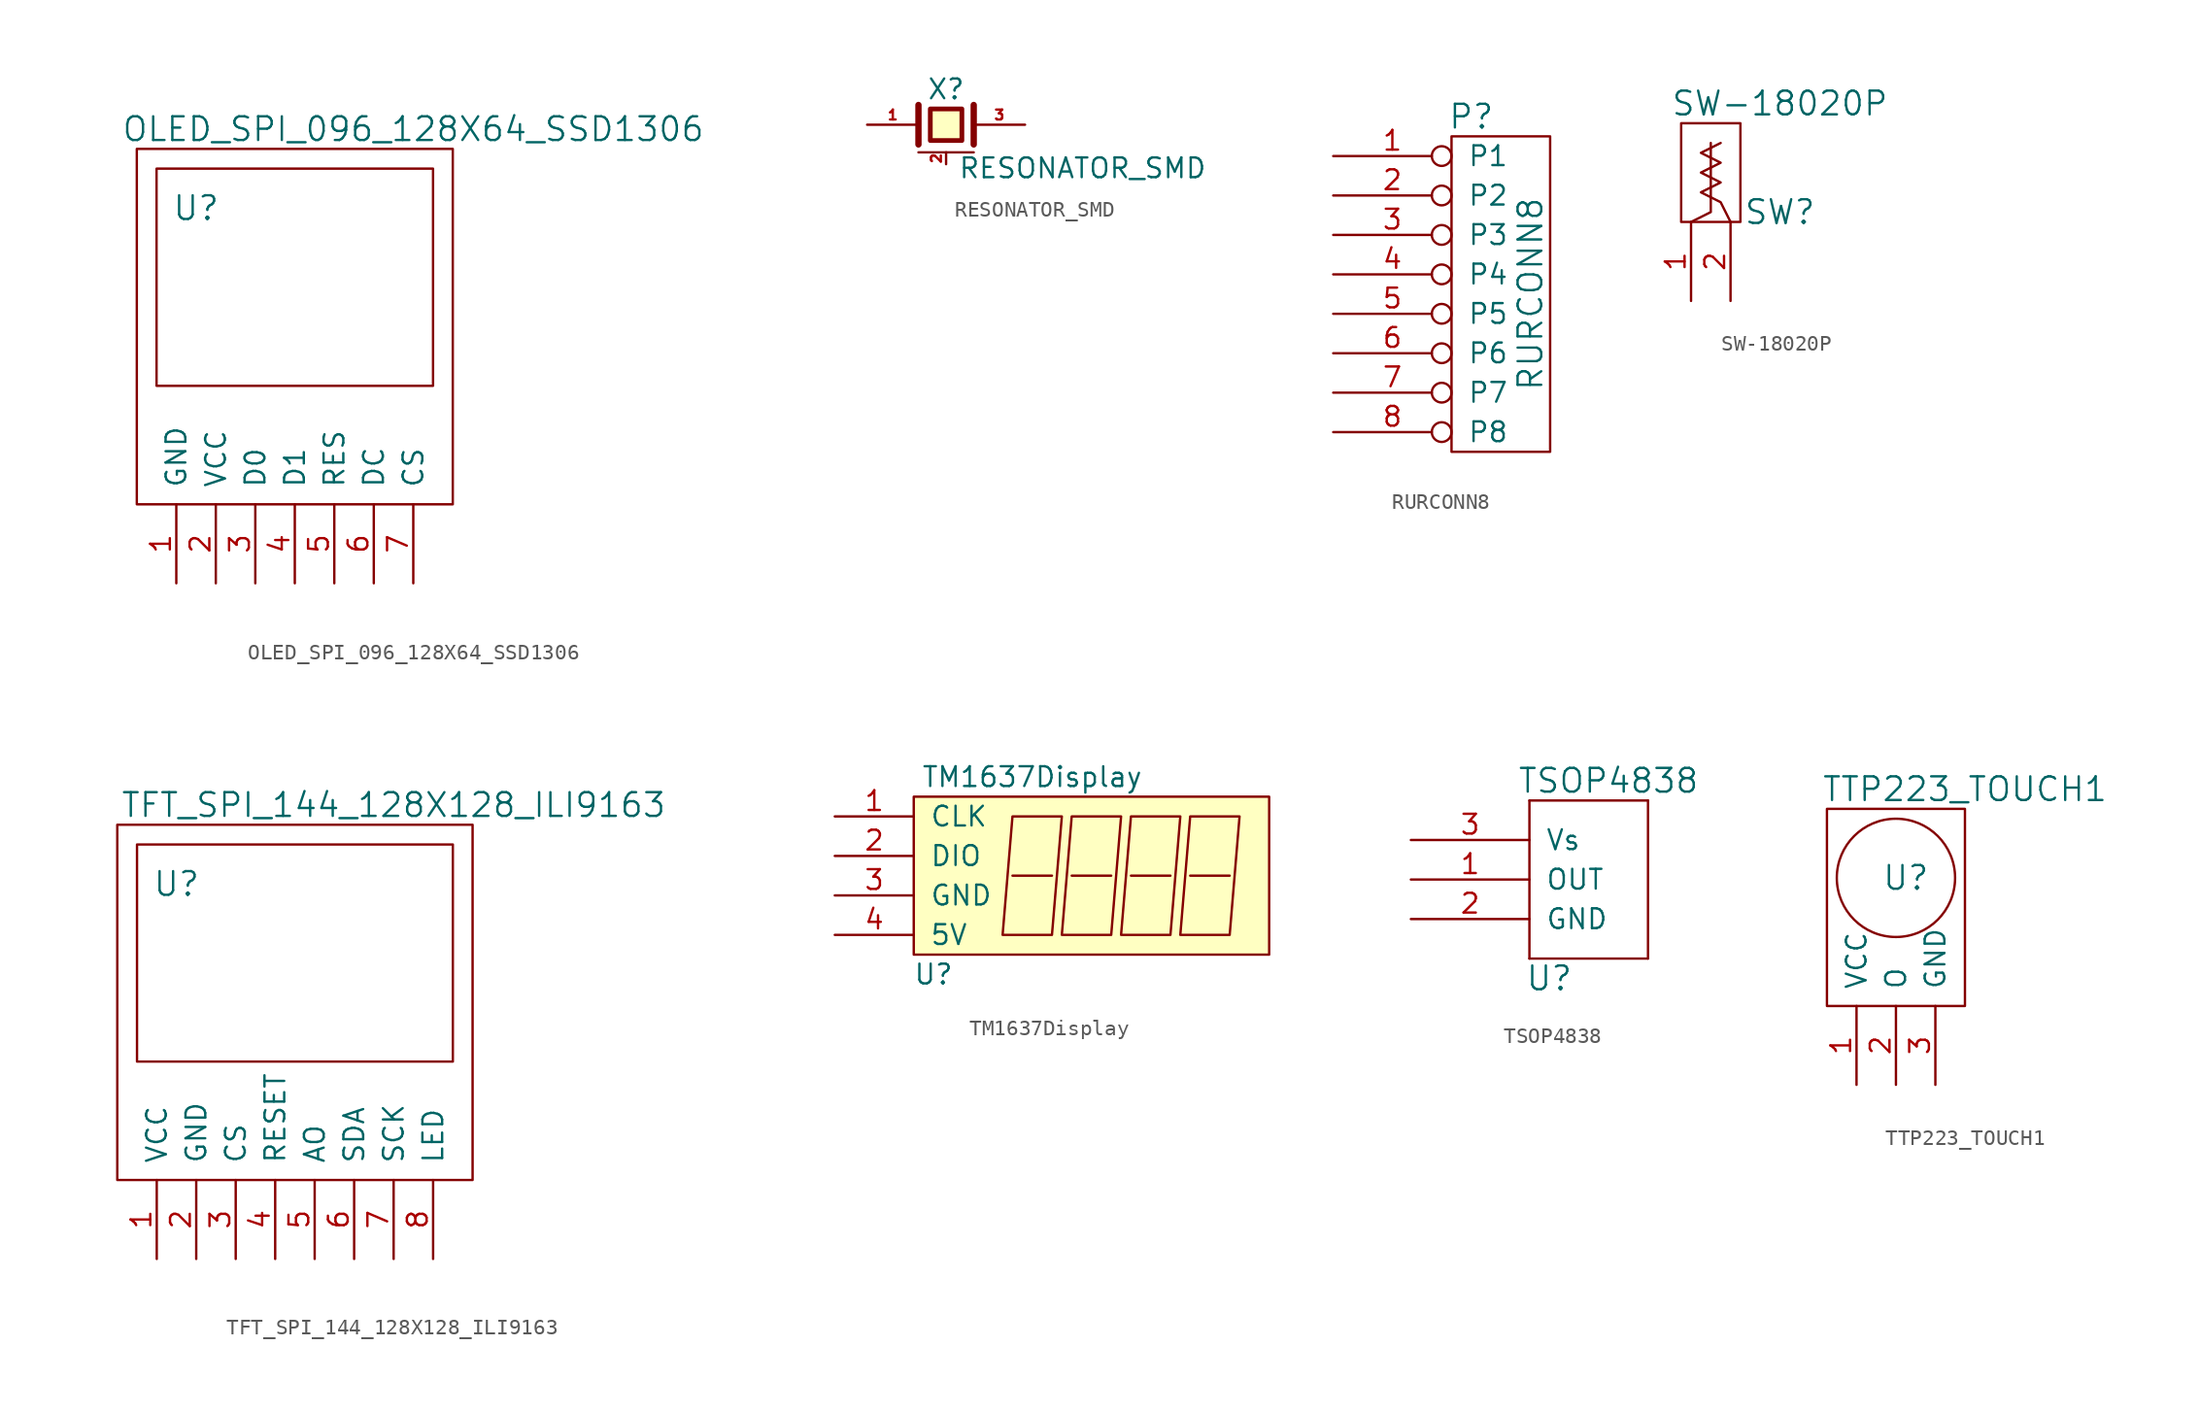
<source format=kicad_sym>
(kicad_symbol_lib
  (version 20231120)
  (generator "kicad_symbol_editor")
  (generator_version "8.0")
  (symbol "OLED_SPI_096_128X64_SSD1306"
    (pin_names
      (offset 1.016))
    (property "Reference" "U"
      (at -7.62 10.16 0)
      (effects (font (size 1.524 1.524))))
    (property "Value" "OLED_SPI_096_128X64_SSD1306"
      (at 6.35 15.24 0)
      (effects (font (size 1.524 1.524))))
    (property "Footprint" ""
      (at 0 0 0)
      (effects (font (size 1.524 1.524))))
    (property "Datasheet" ""
      (at 0 0 0)
      (effects (font (size 1.524 1.524))))
    (symbol "OLED_SPI_096_128X64_SSD1306_0_1"
      (rectangle (start -11.43 -8.89) (end 8.89 13.97) (stroke (width 0) (type solid)) (fill (type none)))
      (rectangle (start -10.16 12.7) (end 7.62 -1.27) (stroke (width 0) (type solid)) (fill (type none))))
    (symbol "OLED_SPI_096_128X64_SSD1306_1_1"
      (pin input line (at -8.89 -13.97 90) (length 5.08) (name "GND" (effects (font (size 1.27 1.27)))) (number "1" (effects (font (size 1.27 1.27)))))
      (pin input line (at -6.35 -13.97 90) (length 5.08) (name "VCC" (effects (font (size 1.27 1.27)))) (number "2" (effects (font (size 1.27 1.27)))))
      (pin input line (at -3.81 -13.97 90) (length 5.08) (name "D0" (effects (font (size 1.27 1.27)))) (number "3" (effects (font (size 1.27 1.27)))))
      (pin input line (at -1.27 -13.97 90) (length 5.08) (name "D1" (effects (font (size 1.27 1.27)))) (number "4" (effects (font (size 1.27 1.27)))))
      (pin input line (at 1.27 -13.97 90) (length 5.08) (name "RES" (effects (font (size 1.27 1.27)))) (number "5" (effects (font (size 1.27 1.27)))))
      (pin input line (at 3.81 -13.97 90) (length 5.08) (name "DC" (effects (font (size 1.27 1.27)))) (number "6" (effects (font (size 1.27 1.27)))))
      (pin input line (at 6.35 -13.97 90) (length 5.08) (name "CS" (effects (font (size 1.27 1.27)))) (number "7" (effects (font (size 1.27 1.27)))))))
  (symbol "RESONATOR_SMD"
    (pin_names
      (offset 1.016) hide)
    (property "Reference" "X"
      (at 0 2.286 0)
      (effects (font (size 1.27 1.27))))
    (property "Value" "RESONATOR_SMD"
      (at 0.762 -2.794 0)
      (effects (font (size 1.27 1.27)) (justify left)))
    (property "Footprint" ""
      (at 0 0 0)
      (effects (font (size 1.27 1.27))))
    (property "Datasheet" ""
      (at 0 0 0)
      (effects (font (size 1.27 1.27))))
    (symbol "RESONATOR_SMD_0_1"
      (polyline (pts (xy -1.778 -1.778) (xy 1.778 -1.778)) (stroke (width 0) (type solid)) (fill (type none)))
      (polyline (pts (xy -1.778 1.27) (xy -1.778 -1.27)) (stroke (width 0.406) (type solid)) (fill (type none)))
      (polyline (pts (xy 1.778 1.27) (xy 1.778 -1.27)) (stroke (width 0.406) (type solid)) (fill (type none)))
      (polyline (pts (xy -1.016 1.016) (xy 1.016 1.016) (xy 1.016 -1.016) (xy -1.016 -1.016) (xy -1.016 1.016)) (stroke (width 0.305) (type solid)) (fill (type background))))
    (symbol "RESONATOR_SMD_1_1"
      (pin passive line (at -5.08 0 0) (length 3.302) (name "1" (effects (font (size 0.508 0.508)))) (number "1" (effects (font (size 0.635 0.635)))))
      (pin passive line (at 0 -2.54 90) (length 0.762) (name "case" (effects (font (size 0.508 0.508)))) (number "2" (effects (font (size 0.635 0.635)))))
      (pin passive line (at 5.08 0 180) (length 3.302) (name "3" (effects (font (size 0.508 0.508)))) (number "3" (effects (font (size 0.635 0.635)))))))
  (symbol "RURCONN8"
    (pin_names
      (offset 1.016))
    (property "Reference" "P"
      (at -5.08 11.43 0)
      (effects (font (size 1.524 1.524))))
    (property "Value" "RURCONN8"
      (at -1.27 0 90)
      (effects (font (size 1.524 1.524))))
    (property "Footprint" ""
      (at 0 0 0)
      (effects (font (size 1.524 1.524))))
    (property "Datasheet" ""
      (at 0 0 0)
      (effects (font (size 1.524 1.524))))
    (symbol "RURCONN8_0_1"
      (rectangle (start 0 10.16) (end -6.35 -10.16) (stroke (width 0) (type solid)) (fill (type none))))
    (symbol "RURCONN8_1_1"
      (pin passive inverted (at -13.97 8.89 0) (length 7.62) (name "P1" (effects (font (size 1.27 1.27)))) (number "1" (effects (font (size 1.27 1.27)))))
      (pin passive inverted (at -13.97 6.35 0) (length 7.62) (name "P2" (effects (font (size 1.27 1.27)))) (number "2" (effects (font (size 1.27 1.27)))))
      (pin passive inverted (at -13.97 3.81 0) (length 7.62) (name "P3" (effects (font (size 1.27 1.27)))) (number "3" (effects (font (size 1.27 1.27)))))
      (pin passive inverted (at -13.97 1.27 0) (length 7.62) (name "P4" (effects (font (size 1.27 1.27)))) (number "4" (effects (font (size 1.27 1.27)))))
      (pin passive inverted (at -13.97 -1.27 0) (length 7.62) (name "P5" (effects (font (size 1.27 1.27)))) (number "5" (effects (font (size 1.27 1.27)))))
      (pin passive inverted (at -13.97 -3.81 0) (length 7.62) (name "P6" (effects (font (size 1.27 1.27)))) (number "6" (effects (font (size 1.27 1.27)))))
      (pin passive inverted (at -13.97 -6.35 0) (length 7.62) (name "P7" (effects (font (size 1.27 1.27)))) (number "7" (effects (font (size 1.27 1.27)))))
      (pin passive inverted (at -13.97 -8.89 0) (length 7.62) (name "P8" (effects (font (size 1.27 1.27)))) (number "8" (effects (font (size 1.27 1.27)))))))
  (symbol "SW-18020P"
    (pin_names
      (offset 1.016))
    (property "Reference" "SW"
      (at 4.445 -1.905 0)
      (effects (font (size 1.524 1.524))))
    (property "Value" "SW-18020P"
      (at 4.445 5.08 0)
      (effects (font (size 1.524 1.524))))
    (property "Footprint" ""
      (at 0 0 0)
      (effects (font (size 1.524 1.524))))
    (property "Datasheet" ""
      (at 0 0 0)
      (effects (font (size 1.524 1.524))))
    (symbol "SW-18020P_0_1"
      (rectangle (start -1.905 -2.54) (end 1.905 3.81) (stroke (width 0) (type solid)) (fill (type none)))
      (polyline (pts (xy -1.27 -2.54) (xy 0 -1.905) (xy 0 2.54)) (stroke (width 0) (type solid)) (fill (type none)))
      (polyline (pts (xy 1.27 -2.54) (xy 0.635 -1.27) (xy -0.635 -0.635) (xy 0.635 0) (xy -0.635 0.635) (xy 0.635 1.27) (xy -0.635 1.905) (xy 0.635 2.54)) (stroke (width 0) (type solid)) (fill (type none))))
    (symbol "SW-18020P_1_1"
      (pin input line (at -1.27 -7.62 90) (length 5.08) (name "~" (effects (font (size 1.27 1.27)))) (number "1" (effects (font (size 1.27 1.27)))))
      (pin input line (at 1.27 -7.62 90) (length 5.08) (name "~" (effects (font (size 1.27 1.27)))) (number "2" (effects (font (size 1.27 1.27)))))))
  (symbol "TFT_SPI_144_128X128_ILI9163"
    (pin_names
      (offset 1.016))
    (property "Reference" "U"
      (at -7.62 10.16 0)
      (effects (font (size 1.524 1.524))))
    (property "Value" "TFT_SPI_144_128X128_ILI9163"
      (at 6.35 15.24 0)
      (effects (font (size 1.524 1.524))))
    (property "Footprint" ""
      (at 0 0 0)
      (effects (font (size 1.524 1.524))))
    (property "Datasheet" ""
      (at 0 0 0)
      (effects (font (size 1.524 1.524))))
    (symbol "TFT_SPI_144_128X128_ILI9163_0_1"
      (rectangle (start -11.43 -8.89) (end 11.43 13.97) (stroke (width 0) (type solid)) (fill (type none)))
      (rectangle (start -10.16 12.7) (end 10.16 -1.27) (stroke (width 0) (type solid)) (fill (type none))))
    (symbol "TFT_SPI_144_128X128_ILI9163_1_1"
      (pin input line (at -8.89 -13.97 90) (length 5.08) (name "VCC" (effects (font (size 1.27 1.27)))) (number "1" (effects (font (size 1.27 1.27)))))
      (pin input line (at -6.35 -13.97 90) (length 5.08) (name "GND" (effects (font (size 1.27 1.27)))) (number "2" (effects (font (size 1.27 1.27)))))
      (pin input line (at -3.81 -13.97 90) (length 5.08) (name "CS" (effects (font (size 1.27 1.27)))) (number "3" (effects (font (size 1.27 1.27)))))
      (pin input line (at -1.27 -13.97 90) (length 5.08) (name "RESET" (effects (font (size 1.27 1.27)))) (number "4" (effects (font (size 1.27 1.27)))))
      (pin input line (at 1.27 -13.97 90) (length 5.08) (name "AO" (effects (font (size 1.27 1.27)))) (number "5" (effects (font (size 1.27 1.27)))))
      (pin input line (at 3.81 -13.97 90) (length 5.08) (name "SDA" (effects (font (size 1.27 1.27)))) (number "6" (effects (font (size 1.27 1.27)))))
      (pin input line (at 6.35 -13.97 90) (length 5.08) (name "SCK" (effects (font (size 1.27 1.27)))) (number "7" (effects (font (size 1.27 1.27)))))
      (pin input line (at 8.89 -13.97 90) (length 5.08) (name "LED" (effects (font (size 1.27 1.27)))) (number "8" (effects (font (size 1.27 1.27)))))))
  (symbol "TM1637Display"
    (pin_names
      (offset 1.016))
    (property "Reference" "U"
      (at -7.62 -6.35 0)
      (effects (font (size 1.27 1.27))))
    (property "Value" "TM1637Display"
      (at -1.27 6.35 0)
      (effects (font (size 1.27 1.27))))
    (symbol "TM1637Display_0_1"
      (rectangle (start -8.89 5.08) (end 13.97 -5.08) (stroke (width 0) (type solid)) (fill (type background)))
      (polyline (pts (xy -2.54 0) (xy 0 0)) (stroke (width 0) (type solid)) (fill (type none)))
      (polyline (pts (xy 1.27 0) (xy 3.81 0)) (stroke (width 0) (type solid)) (fill (type none)))
      (polyline (pts (xy 5.08 0) (xy 7.62 0)) (stroke (width 0) (type solid)) (fill (type none)))
      (polyline (pts (xy 8.89 0) (xy 11.43 0)) (stroke (width 0) (type solid)) (fill (type none)))
      (polyline (pts (xy -3.175 -3.81) (xy -2.54 3.81) (xy 0.635 3.81) (xy 0 -3.81) (xy -3.175 -3.81)) (stroke (width 0) (type solid)) (fill (type none)))
      (polyline (pts (xy 0.635 -3.81) (xy 1.27 3.81) (xy 4.445 3.81) (xy 3.81 -3.81) (xy 0.635 -3.81)) (stroke (width 0) (type solid)) (fill (type none)))
      (polyline (pts (xy 4.445 -3.81) (xy 5.08 3.81) (xy 8.255 3.81) (xy 7.62 -3.81) (xy 4.445 -3.81)) (stroke (width 0) (type solid)) (fill (type none)))
      (polyline (pts (xy 8.255 -3.81) (xy 8.89 3.81) (xy 12.065 3.81) (xy 11.43 -3.81) (xy 8.255 -3.81)) (stroke (width 0) (type solid)) (fill (type none))))
    (symbol "TM1637Display_1_1"
      (pin input line (at -13.97 3.81 0) (length 5.08) (name "CLK" (effects (font (size 1.27 1.27)))) (number "1" (effects (font (size 1.27 1.27)))))
      (pin input line (at -13.97 1.27 0) (length 5.08) (name "DIO" (effects (font (size 1.27 1.27)))) (number "2" (effects (font (size 1.27 1.27)))))
      (pin power_in line (at -13.97 -1.27 0) (length 5.08) (name "GND" (effects (font (size 1.27 1.27)))) (number "3" (effects (font (size 1.27 1.27)))))
      (pin power_in line (at -13.97 -3.81 0) (length 5.08) (name "5V" (effects (font (size 1.27 1.27)))) (number "4" (effects (font (size 1.27 1.27)))))))
  (symbol "TSOP4838"
    (pin_names
      (offset 1.016))
    (property "Reference" "U"
      (at -2.54 -6.35 0)
      (effects (font (size 1.524 1.524))))
    (property "Value" "TSOP4838"
      (at 1.27 6.35 0)
      (effects (font (size 1.524 1.524))))
    (property "Footprint" ""
      (at 0 0 0)
      (effects (font (size 1.524 1.524))))
    (property "Datasheet" ""
      (at 0 0 0)
      (effects (font (size 1.524 1.524))))
    (symbol "TSOP4838_0_1"
      (rectangle (start -3.81 -5.08) (end 3.81 -5.08) (stroke (width 0) (type solid)) (fill (type none)))
      (rectangle (start -3.81 5.08) (end -3.81 -5.08) (stroke (width 0) (type solid)) (fill (type none)))
      (rectangle (start -3.81 5.08) (end 3.81 5.08) (stroke (width 0) (type solid)) (fill (type none)))
      (rectangle (start 3.81 -5.08) (end 3.81 5.08) (stroke (width 0) (type solid)) (fill (type none))))
    (symbol "TSOP4838_1_1"
      (pin input line (at -11.43 0 0) (length 7.62) (name "OUT" (effects (font (size 1.27 1.27)))) (number "1" (effects (font (size 1.27 1.27)))))
      (pin input line (at -11.43 -2.54 0) (length 7.62) (name "GND" (effects (font (size 1.27 1.27)))) (number "2" (effects (font (size 1.27 1.27)))))
      (pin input line (at -11.43 2.54 0) (length 7.62) (name "Vs" (effects (font (size 1.27 1.27)))) (number "3" (effects (font (size 1.27 1.27)))))))
  (symbol "TTP223_TOUCH1"
    (pin_names
      (offset 1.016))
    (property "Reference" "U"
      (at 0.635 3.175 0)
      (effects (font (size 1.524 1.524))))
    (property "Value" "TTP223_TOUCH1"
      (at 4.445 8.89 0)
      (effects (font (size 1.524 1.524))))
    (property "Footprint" ""
      (at 0 0 0)
      (effects (font (size 1.524 1.524))))
    (property "Datasheet" ""
      (at 0 0 0)
      (effects (font (size 1.524 1.524))))
    (symbol "TTP223_TOUCH1_0_1"
      (rectangle (start -4.445 -5.08) (end 4.445 7.62) (stroke (width 0) (type solid)) (fill (type none)))
      (circle (center 0 3.175) (radius 3.81) (stroke (width 0) (type solid)) (fill (type none))))
    (symbol "TTP223_TOUCH1_1_1"
      (pin input line (at -2.54 -10.16 90) (length 5.08) (name "VCC" (effects (font (size 1.27 1.27)))) (number "1" (effects (font (size 1.27 1.27)))))
      (pin input line (at 0 -10.16 90) (length 5.08) (name "O" (effects (font (size 1.27 1.27)))) (number "2" (effects (font (size 1.27 1.27)))))
      (pin input line (at 2.54 -10.16 90) (length 5.08) (name "GND" (effects (font (size 1.27 1.27)))) (number "3" (effects (font (size 1.27 1.27))))))))
</source>
